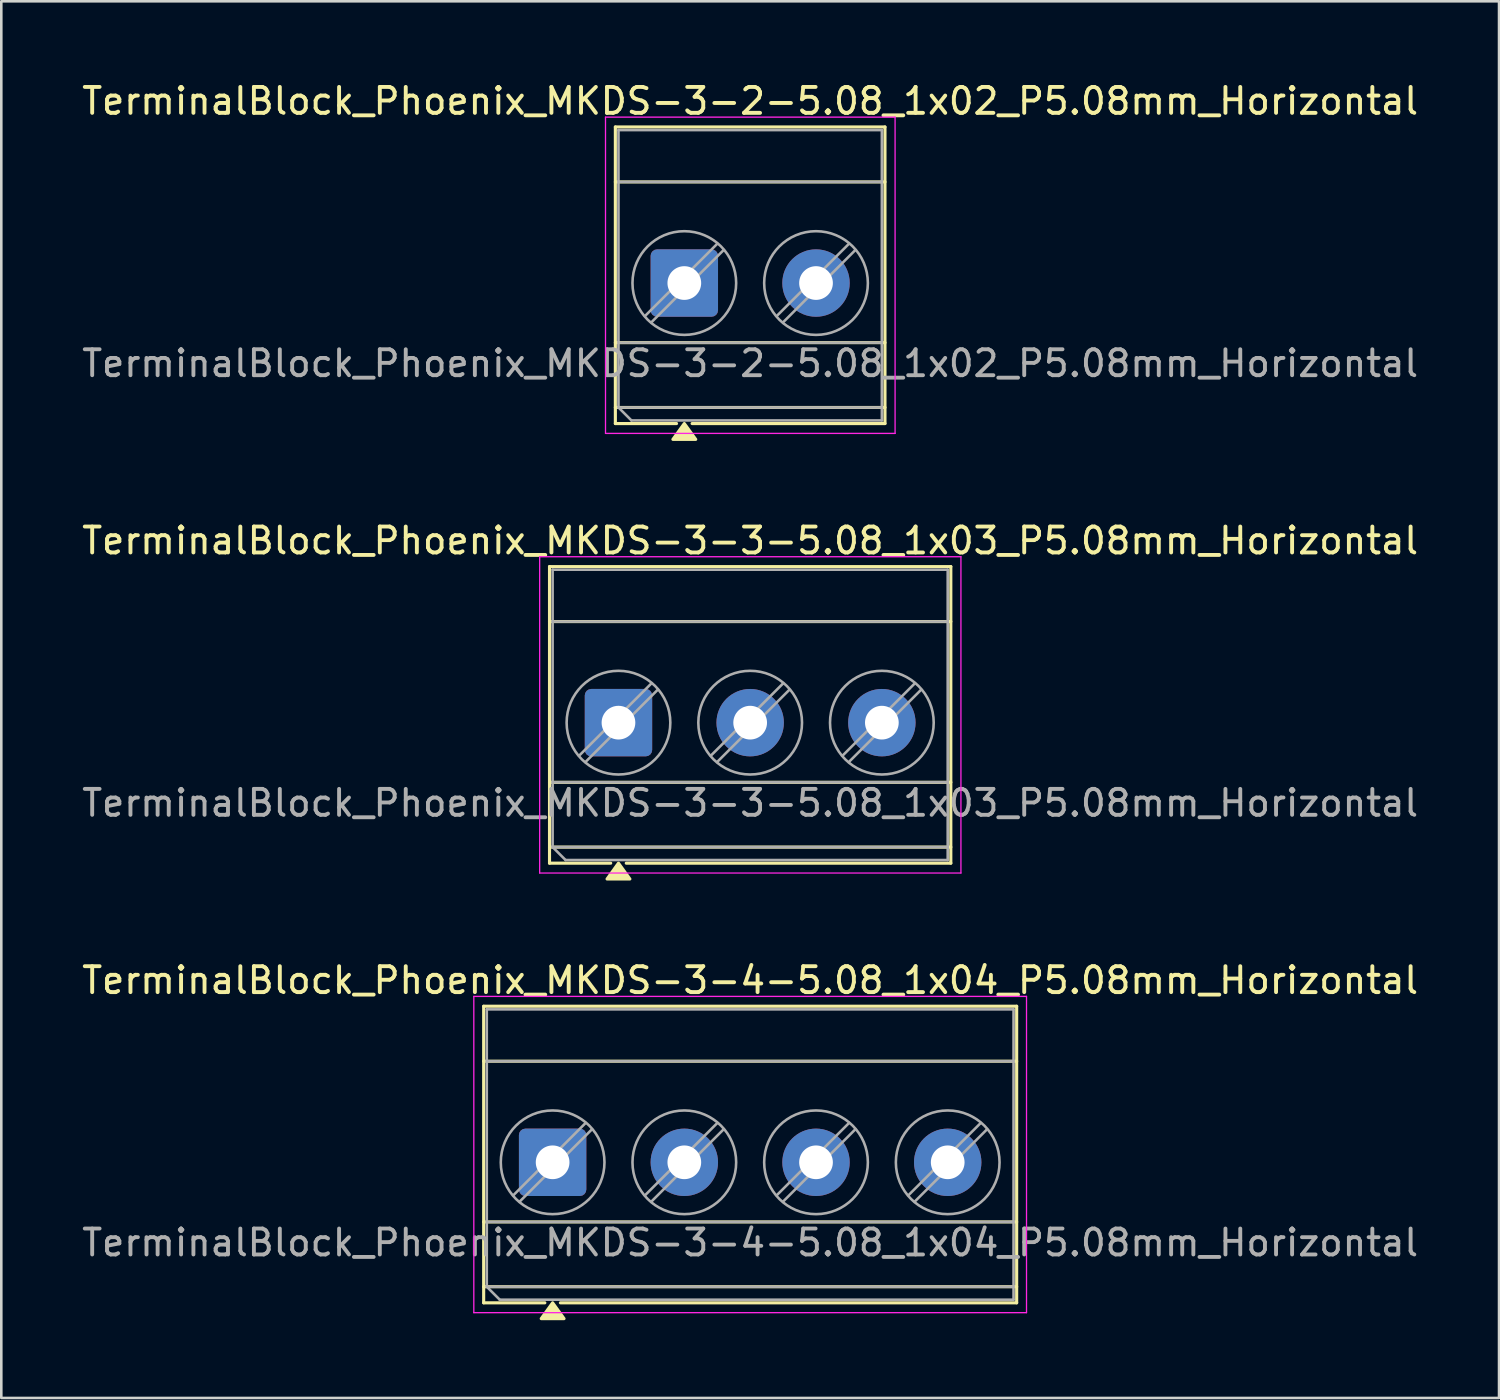
<source format=kicad_pcb>
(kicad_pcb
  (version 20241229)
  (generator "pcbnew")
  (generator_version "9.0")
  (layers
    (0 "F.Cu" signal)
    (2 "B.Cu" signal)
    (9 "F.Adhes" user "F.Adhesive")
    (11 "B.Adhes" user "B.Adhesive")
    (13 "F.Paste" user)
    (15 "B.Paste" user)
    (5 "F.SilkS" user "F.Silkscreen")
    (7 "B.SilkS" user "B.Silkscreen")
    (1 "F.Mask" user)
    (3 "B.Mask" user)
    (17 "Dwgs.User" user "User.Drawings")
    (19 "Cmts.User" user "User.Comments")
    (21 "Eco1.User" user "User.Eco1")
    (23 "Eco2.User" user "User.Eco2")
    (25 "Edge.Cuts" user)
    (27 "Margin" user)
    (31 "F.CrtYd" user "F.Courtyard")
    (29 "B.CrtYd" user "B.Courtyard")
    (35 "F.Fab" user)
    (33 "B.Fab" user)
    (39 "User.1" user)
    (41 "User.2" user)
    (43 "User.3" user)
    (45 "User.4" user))
  (footprint "TerminalBlock_Phoenix_MKDS-3-4-5.08_1x04_P5.08mm_Horizontal"
    (layer "F.Cu")
    (at 18.267 41.785)
    (property "Reference" "TerminalBlock_Phoenix_MKDS-3-4-5.08_1x04_P5.08mm_Horizontal" (at 7.62 -7.02 0) (layer "F.SilkS") (effects (font (size 1 1) (thickness 0.15))))
    (attr through_hole)
    (fp_line (start -2.66 -6.02) (end -2.66 5.42) (stroke (width 0.12) (type solid)) (layer "F.SilkS"))
    (fp_line (start -2.66 -6.02) (end 17.9 -6.02) (stroke (width 0.12) (type solid)) (layer "F.SilkS"))
    (fp_line (start -2.66 -3.9) (end 17.9 -3.9) (stroke (width 0.12) (type solid)) (layer "F.SilkS"))
    (fp_line (start -2.66 2.3) (end 17.9 2.3) (stroke (width 0.12) (type solid)) (layer "F.SilkS"))
    (fp_line (start -2.66 4.8) (end 17.9 4.8) (stroke (width 0.12) (type solid)) (layer "F.SilkS"))
    (fp_line (start -2.66 5.42) (end -0.3 5.42) (stroke (width 0.12) (type solid)) (layer "F.SilkS"))
    (fp_line (start 0.3 5.42) (end 17.9 5.42) (stroke (width 0.12) (type solid)) (layer "F.SilkS"))
    (fp_line (start 17.9 -6.02) (end 17.9 5.42) (stroke (width 0.12) (type solid)) (layer "F.SilkS"))
    (fp_poly (pts (xy 0 5.42) (xy 0.44 6.03) (xy -0.44 6.03)) (stroke (width 0.12) (type solid)) (fill yes) (layer "F.SilkS"))
    (fp_line (start -3.04 -6.4) (end -3.04 5.8) (stroke (width 0.05) (type solid)) (layer "F.CrtYd"))
    (fp_line (start -3.04 5.8) (end 18.28 5.8) (stroke (width 0.05) (type solid)) (layer "F.CrtYd"))
    (fp_line (start 18.28 -6.4) (end -3.04 -6.4) (stroke (width 0.05) (type solid)) (layer "F.CrtYd"))
    (fp_line (start 18.28 5.8) (end 18.28 -6.4) (stroke (width 0.05) (type solid)) (layer "F.CrtYd"))
    (fp_line (start -2.54 -5.9) (end 17.78 -5.9) (stroke (width 0.1) (type solid)) (layer "F.Fab"))
    (fp_line (start -2.54 -3.9) (end 17.78 -3.9) (stroke (width 0.1) (type solid)) (layer "F.Fab"))
    (fp_line (start -2.54 2.3) (end 17.78 2.3) (stroke (width 0.1) (type solid)) (layer "F.Fab"))
    (fp_line (start -2.54 4.8) (end -2.54 -5.9) (stroke (width 0.1) (type solid)) (layer "F.Fab"))
    (fp_line (start -2.54 4.8) (end 17.78 4.8) (stroke (width 0.1) (type solid)) (layer "F.Fab"))
    (fp_line (start -2.04 5.3) (end -2.54 4.8) (stroke (width 0.1) (type solid)) (layer "F.Fab"))
    (fp_line (start 1.273 -1.517) (end -1.517 1.273) (stroke (width 0.1) (type solid)) (layer "F.Fab"))
    (fp_line (start 1.517 -1.273) (end -1.273 1.517) (stroke (width 0.1) (type solid)) (layer "F.Fab"))
    (fp_line (start 6.353 -1.517) (end 3.563 1.273) (stroke (width 0.1) (type solid)) (layer "F.Fab"))
    (fp_line (start 6.597 -1.273) (end 3.807 1.517) (stroke (width 0.1) (type solid)) (layer "F.Fab"))
    (fp_line (start 11.433 -1.517) (end 8.643 1.273) (stroke (width 0.1) (type solid)) (layer "F.Fab"))
    (fp_line (start 11.677 -1.273) (end 8.887 1.517) (stroke (width 0.1) (type solid)) (layer "F.Fab"))
    (fp_line (start 16.513 -1.517) (end 13.723 1.273) (stroke (width 0.1) (type solid)) (layer "F.Fab"))
    (fp_line (start 16.757 -1.273) (end 13.967 1.517) (stroke (width 0.1) (type solid)) (layer "F.Fab"))
    (fp_line (start 17.78 -5.9) (end 17.78 5.3) (stroke (width 0.1) (type solid)) (layer "F.Fab"))
    (fp_line (start 17.78 5.3) (end -2.04 5.3) (stroke (width 0.1) (type solid)) (layer "F.Fab"))
    (fp_circle (center 0 0) (end 2 0) (stroke (width 0.1) (type solid)) (fill no) (layer "F.Fab"))
    (fp_circle (center 5.08 0) (end 7.08 0) (stroke (width 0.1) (type solid)) (fill no) (layer "F.Fab"))
    (fp_circle (center 10.16 0) (end 12.16 0) (stroke (width 0.1) (type solid)) (fill no) (layer "F.Fab"))
    (fp_circle (center 15.24 0) (end 17.24 0) (stroke (width 0.1) (type solid)) (fill no) (layer "F.Fab"))
    (fp_text user "${REFERENCE}" (at 7.62 3.1 0) (layer "F.Fab") (effects (font (size 1 1) (thickness 0.15))))
    (pad "1" thru_hole roundrect (at 0 0) (size 2.6 2.6) (drill 1.3) (layers "*.Cu" "*.Mask") (roundrect_rratio 0.096))
    (pad "2" thru_hole circle (at 5.08 0) (size 2.6 2.6) (drill 1.3) (layers "*.Cu" "*.Mask"))
    (pad "3" thru_hole circle (at 10.16 0) (size 2.6 2.6) (drill 1.3) (layers "*.Cu" "*.Mask"))
    (pad "4" thru_hole circle (at 15.24 0) (size 2.6 2.6) (drill 1.3) (layers "*.Cu" "*.Mask")))
  (footprint "TerminalBlock_Phoenix_MKDS-3-2-5.08_1x02_P5.08mm_Horizontal"
    (layer "F.Cu")
    (at 23.347 7.868)
    (property "Reference" "TerminalBlock_Phoenix_MKDS-3-2-5.08_1x02_P5.08mm_Horizontal" (at 2.54 -7.02 0) (layer "F.SilkS") (effects (font (size 1 1) (thickness 0.15))))
    (attr through_hole)
    (fp_line (start -2.66 -6.02) (end -2.66 5.42) (stroke (width 0.12) (type solid)) (layer "F.SilkS"))
    (fp_line (start -2.66 -6.02) (end 7.74 -6.02) (stroke (width 0.12) (type solid)) (layer "F.SilkS"))
    (fp_line (start -2.66 -3.9) (end 7.74 -3.9) (stroke (width 0.12) (type solid)) (layer "F.SilkS"))
    (fp_line (start -2.66 2.3) (end 7.74 2.3) (stroke (width 0.12) (type solid)) (layer "F.SilkS"))
    (fp_line (start -2.66 4.8) (end 7.74 4.8) (stroke (width 0.12) (type solid)) (layer "F.SilkS"))
    (fp_line (start -2.66 5.42) (end -0.3 5.42) (stroke (width 0.12) (type solid)) (layer "F.SilkS"))
    (fp_line (start 0.3 5.42) (end 7.74 5.42) (stroke (width 0.12) (type solid)) (layer "F.SilkS"))
    (fp_line (start 7.74 -6.02) (end 7.74 5.42) (stroke (width 0.12) (type solid)) (layer "F.SilkS"))
    (fp_poly (pts (xy 0 5.42) (xy 0.44 6.03) (xy -0.44 6.03)) (stroke (width 0.12) (type solid)) (fill yes) (layer "F.SilkS"))
    (fp_line (start -3.04 -6.4) (end -3.04 5.8) (stroke (width 0.05) (type solid)) (layer "F.CrtYd"))
    (fp_line (start -3.04 5.8) (end 8.13 5.8) (stroke (width 0.05) (type solid)) (layer "F.CrtYd"))
    (fp_line (start 8.13 -6.4) (end -3.04 -6.4) (stroke (width 0.05) (type solid)) (layer "F.CrtYd"))
    (fp_line (start 8.13 5.8) (end 8.13 -6.4) (stroke (width 0.05) (type solid)) (layer "F.CrtYd"))
    (fp_line (start -2.54 -5.9) (end 7.62 -5.9) (stroke (width 0.1) (type solid)) (layer "F.Fab"))
    (fp_line (start -2.54 -3.9) (end 7.62 -3.9) (stroke (width 0.1) (type solid)) (layer "F.Fab"))
    (fp_line (start -2.54 2.3) (end 7.62 2.3) (stroke (width 0.1) (type solid)) (layer "F.Fab"))
    (fp_line (start -2.54 4.8) (end -2.54 -5.9) (stroke (width 0.1) (type solid)) (layer "F.Fab"))
    (fp_line (start -2.54 4.8) (end 7.62 4.8) (stroke (width 0.1) (type solid)) (layer "F.Fab"))
    (fp_line (start -2.04 5.3) (end -2.54 4.8) (stroke (width 0.1) (type solid)) (layer "F.Fab"))
    (fp_line (start 1.273 -1.517) (end -1.517 1.273) (stroke (width 0.1) (type solid)) (layer "F.Fab"))
    (fp_line (start 1.517 -1.273) (end -1.273 1.517) (stroke (width 0.1) (type solid)) (layer "F.Fab"))
    (fp_line (start 6.353 -1.517) (end 3.563 1.273) (stroke (width 0.1) (type solid)) (layer "F.Fab"))
    (fp_line (start 6.597 -1.273) (end 3.807 1.517) (stroke (width 0.1) (type solid)) (layer "F.Fab"))
    (fp_line (start 7.62 -5.9) (end 7.62 5.3) (stroke (width 0.1) (type solid)) (layer "F.Fab"))
    (fp_line (start 7.62 5.3) (end -2.04 5.3) (stroke (width 0.1) (type solid)) (layer "F.Fab"))
    (fp_circle (center 0 0) (end 2 0) (stroke (width 0.1) (type solid)) (fill no) (layer "F.Fab"))
    (fp_circle (center 5.08 0) (end 7.08 0) (stroke (width 0.1) (type solid)) (fill no) (layer "F.Fab"))
    (fp_text user "${REFERENCE}" (at 2.54 3.1 0) (layer "F.Fab") (effects (font (size 1 1) (thickness 0.15))))
    (pad "1" thru_hole roundrect (at 0 0) (size 2.6 2.6) (drill 1.3) (layers "*.Cu" "*.Mask") (roundrect_rratio 0.096))
    (pad "2" thru_hole circle (at 5.08 0) (size 2.6 2.6) (drill 1.3) (layers "*.Cu" "*.Mask")))
  (footprint "TerminalBlock_Phoenix_MKDS-3-3-5.08_1x03_P5.08mm_Horizontal"
    (layer "F.Cu")
    (at 20.807 24.826)
    (property "Reference" "TerminalBlock_Phoenix_MKDS-3-3-5.08_1x03_P5.08mm_Horizontal" (at 5.08 -7.02 0) (layer "F.SilkS") (effects (font (size 1 1) (thickness 0.15))))
    (attr through_hole)
    (fp_line (start -2.66 -6.02) (end -2.66 5.42) (stroke (width 0.12) (type solid)) (layer "F.SilkS"))
    (fp_line (start -2.66 -6.02) (end 12.82 -6.02) (stroke (width 0.12) (type solid)) (layer "F.SilkS"))
    (fp_line (start -2.66 -3.9) (end 12.82 -3.9) (stroke (width 0.12) (type solid)) (layer "F.SilkS"))
    (fp_line (start -2.66 2.3) (end 12.82 2.3) (stroke (width 0.12) (type solid)) (layer "F.SilkS"))
    (fp_line (start -2.66 4.8) (end 12.82 4.8) (stroke (width 0.12) (type solid)) (layer "F.SilkS"))
    (fp_line (start -2.66 5.42) (end -0.3 5.42) (stroke (width 0.12) (type solid)) (layer "F.SilkS"))
    (fp_line (start 0.3 5.42) (end 12.82 5.42) (stroke (width 0.12) (type solid)) (layer "F.SilkS"))
    (fp_line (start 12.82 -6.02) (end 12.82 5.42) (stroke (width 0.12) (type solid)) (layer "F.SilkS"))
    (fp_poly (pts (xy 0 5.42) (xy 0.44 6.03) (xy -0.44 6.03)) (stroke (width 0.12) (type solid)) (fill yes) (layer "F.SilkS"))
    (fp_line (start -3.04 -6.4) (end -3.04 5.8) (stroke (width 0.05) (type solid)) (layer "F.CrtYd"))
    (fp_line (start -3.04 5.8) (end 13.21 5.8) (stroke (width 0.05) (type solid)) (layer "F.CrtYd"))
    (fp_line (start 13.21 -6.4) (end -3.04 -6.4) (stroke (width 0.05) (type solid)) (layer "F.CrtYd"))
    (fp_line (start 13.21 5.8) (end 13.21 -6.4) (stroke (width 0.05) (type solid)) (layer "F.CrtYd"))
    (fp_line (start -2.54 -5.9) (end 12.7 -5.9) (stroke (width 0.1) (type solid)) (layer "F.Fab"))
    (fp_line (start -2.54 -3.9) (end 12.7 -3.9) (stroke (width 0.1) (type solid)) (layer "F.Fab"))
    (fp_line (start -2.54 2.3) (end 12.7 2.3) (stroke (width 0.1) (type solid)) (layer "F.Fab"))
    (fp_line (start -2.54 4.8) (end -2.54 -5.9) (stroke (width 0.1) (type solid)) (layer "F.Fab"))
    (fp_line (start -2.54 4.8) (end 12.7 4.8) (stroke (width 0.1) (type solid)) (layer "F.Fab"))
    (fp_line (start -2.04 5.3) (end -2.54 4.8) (stroke (width 0.1) (type solid)) (layer "F.Fab"))
    (fp_line (start 1.273 -1.517) (end -1.517 1.273) (stroke (width 0.1) (type solid)) (layer "F.Fab"))
    (fp_line (start 1.517 -1.273) (end -1.273 1.517) (stroke (width 0.1) (type solid)) (layer "F.Fab"))
    (fp_line (start 6.353 -1.517) (end 3.563 1.273) (stroke (width 0.1) (type solid)) (layer "F.Fab"))
    (fp_line (start 6.597 -1.273) (end 3.807 1.517) (stroke (width 0.1) (type solid)) (layer "F.Fab"))
    (fp_line (start 11.433 -1.517) (end 8.643 1.273) (stroke (width 0.1) (type solid)) (layer "F.Fab"))
    (fp_line (start 11.677 -1.273) (end 8.887 1.517) (stroke (width 0.1) (type solid)) (layer "F.Fab"))
    (fp_line (start 12.7 -5.9) (end 12.7 5.3) (stroke (width 0.1) (type solid)) (layer "F.Fab"))
    (fp_line (start 12.7 5.3) (end -2.04 5.3) (stroke (width 0.1) (type solid)) (layer "F.Fab"))
    (fp_circle (center 0 0) (end 2 0) (stroke (width 0.1) (type solid)) (fill no) (layer "F.Fab"))
    (fp_circle (center 5.08 0) (end 7.08 0) (stroke (width 0.1) (type solid)) (fill no) (layer "F.Fab"))
    (fp_circle (center 10.16 0) (end 12.16 0) (stroke (width 0.1) (type solid)) (fill no) (layer "F.Fab"))
    (fp_text user "${REFERENCE}" (at 5.08 3.1 0) (layer "F.Fab") (effects (font (size 1 1) (thickness 0.15))))
    (pad "1" thru_hole roundrect (at 0 0) (size 2.6 2.6) (drill 1.3) (layers "*.Cu" "*.Mask") (roundrect_rratio 0.096))
    (pad "2" thru_hole circle (at 5.08 0) (size 2.6 2.6) (drill 1.3) (layers "*.Cu" "*.Mask"))
    (pad "3" thru_hole circle (at 10.16 0) (size 2.6 2.6) (drill 1.3) (layers "*.Cu" "*.Mask")))
  (gr_rect
    (start -3 -3)
    (end 54.774 50.875)
    (stroke (width 0.1) (type default))
    (fill no)
    (layer "Edge.Cuts")))
</source>
